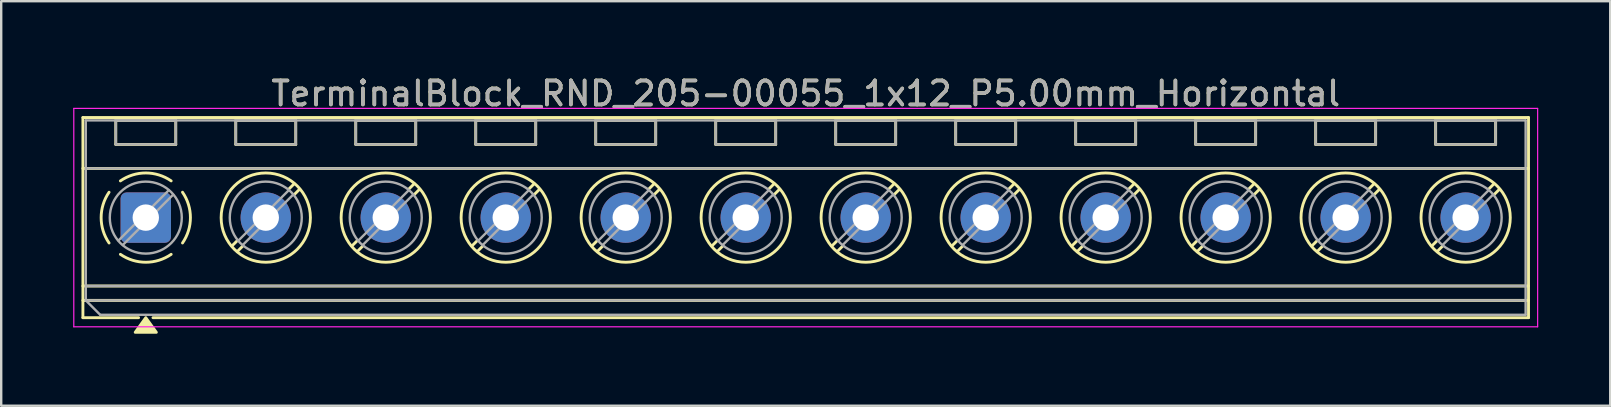
<source format=kicad_pcb>
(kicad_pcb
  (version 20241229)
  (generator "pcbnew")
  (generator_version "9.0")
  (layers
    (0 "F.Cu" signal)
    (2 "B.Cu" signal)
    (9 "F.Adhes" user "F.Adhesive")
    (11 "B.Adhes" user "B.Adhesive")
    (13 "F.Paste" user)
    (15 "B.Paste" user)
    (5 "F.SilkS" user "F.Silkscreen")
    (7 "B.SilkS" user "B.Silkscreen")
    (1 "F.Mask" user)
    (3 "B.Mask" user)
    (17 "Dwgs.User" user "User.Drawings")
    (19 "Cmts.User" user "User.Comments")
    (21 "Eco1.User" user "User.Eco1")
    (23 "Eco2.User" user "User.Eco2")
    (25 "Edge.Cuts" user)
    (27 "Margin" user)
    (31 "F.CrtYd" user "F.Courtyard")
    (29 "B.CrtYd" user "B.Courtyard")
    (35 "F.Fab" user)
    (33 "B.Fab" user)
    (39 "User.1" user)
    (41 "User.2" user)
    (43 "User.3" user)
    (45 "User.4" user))
  (footprint "TerminalBlock_RND_205-00055_1x12_P5.00mm_Horizontal"
    (layer "F.Cu")
    (at 3.025 6.018)
    (property "Reference" "TerminalBlock_RND_205-00055_1x12_P5.00mm_Horizontal" (at 27.5 -5.17 0) (layer "F.SilkS") (effects (font (size 1 1) (thickness 0.15))))
    (attr through_hole)
    (fp_line (start -2.62 -4.17) (end -2.62 4.17) (stroke (width 0.12) (type solid)) (layer "F.SilkS"))
    (fp_line (start -2.62 -4.17) (end 57.62 -4.17) (stroke (width 0.12) (type solid)) (layer "F.SilkS"))
    (fp_line (start -2.62 -2.05) (end 57.62 -2.05) (stroke (width 0.12) (type solid)) (layer "F.SilkS"))
    (fp_line (start -2.62 2.85) (end 57.62 2.85) (stroke (width 0.12) (type solid)) (layer "F.SilkS"))
    (fp_line (start -2.62 3.45) (end 57.62 3.45) (stroke (width 0.12) (type solid)) (layer "F.SilkS"))
    (fp_line (start -2.62 4.17) (end -0.3 4.17) (stroke (width 0.12) (type solid)) (layer "F.SilkS"))
    (fp_line (start -1.25 -4.05) (end -1.25 -3.05) (stroke (width 0.12) (type solid)) (layer "F.SilkS"))
    (fp_line (start -1.25 -4.05) (end 1.25 -4.05) (stroke (width 0.12) (type solid)) (layer "F.SilkS"))
    (fp_line (start -1.25 -3.05) (end 1.25 -3.05) (stroke (width 0.12) (type solid)) (layer "F.SilkS"))
    (fp_line (start 0.3 4.17) (end 57.62 4.17) (stroke (width 0.12) (type solid)) (layer "F.SilkS"))
    (fp_line (start 1.25 -4.05) (end 1.25 -3.05) (stroke (width 0.12) (type solid)) (layer "F.SilkS"))
    (fp_line (start 3.75 -4.05) (end 3.75 -3.05) (stroke (width 0.12) (type solid)) (layer "F.SilkS"))
    (fp_line (start 3.75 -4.05) (end 6.25 -4.05) (stroke (width 0.12) (type solid)) (layer "F.SilkS"))
    (fp_line (start 3.75 -3.05) (end 6.25 -3.05) (stroke (width 0.12) (type solid)) (layer "F.SilkS"))
    (fp_line (start 3.81 0.962) (end 3.589 1.183) (stroke (width 0.12) (type solid)) (layer "F.SilkS"))
    (fp_line (start 4.037 1.189) (end 3.816 1.41) (stroke (width 0.12) (type solid)) (layer "F.SilkS"))
    (fp_line (start 6.184 -1.411) (end 5.962 -1.189) (stroke (width 0.12) (type solid)) (layer "F.SilkS"))
    (fp_line (start 6.25 -4.05) (end 6.25 -3.05) (stroke (width 0.12) (type solid)) (layer "F.SilkS"))
    (fp_line (start 6.411 -1.184) (end 6.189 -0.962) (stroke (width 0.12) (type solid)) (layer "F.SilkS"))
    (fp_line (start 8.75 -4.05) (end 8.75 -3.05) (stroke (width 0.12) (type solid)) (layer "F.SilkS"))
    (fp_line (start 8.75 -4.05) (end 11.25 -4.05) (stroke (width 0.12) (type solid)) (layer "F.SilkS"))
    (fp_line (start 8.75 -3.05) (end 11.25 -3.05) (stroke (width 0.12) (type solid)) (layer "F.SilkS"))
    (fp_line (start 8.81 0.962) (end 8.589 1.183) (stroke (width 0.12) (type solid)) (layer "F.SilkS"))
    (fp_line (start 9.037 1.189) (end 8.816 1.41) (stroke (width 0.12) (type solid)) (layer "F.SilkS"))
    (fp_line (start 11.184 -1.411) (end 10.962 -1.189) (stroke (width 0.12) (type solid)) (layer "F.SilkS"))
    (fp_line (start 11.25 -4.05) (end 11.25 -3.05) (stroke (width 0.12) (type solid)) (layer "F.SilkS"))
    (fp_line (start 11.411 -1.184) (end 11.189 -0.962) (stroke (width 0.12) (type solid)) (layer "F.SilkS"))
    (fp_line (start 13.75 -4.05) (end 13.75 -3.05) (stroke (width 0.12) (type solid)) (layer "F.SilkS"))
    (fp_line (start 13.75 -4.05) (end 16.25 -4.05) (stroke (width 0.12) (type solid)) (layer "F.SilkS"))
    (fp_line (start 13.75 -3.05) (end 16.25 -3.05) (stroke (width 0.12) (type solid)) (layer "F.SilkS"))
    (fp_line (start 13.81 0.962) (end 13.589 1.183) (stroke (width 0.12) (type solid)) (layer "F.SilkS"))
    (fp_line (start 14.037 1.189) (end 13.816 1.41) (stroke (width 0.12) (type solid)) (layer "F.SilkS"))
    (fp_line (start 16.184 -1.411) (end 15.962 -1.189) (stroke (width 0.12) (type solid)) (layer "F.SilkS"))
    (fp_line (start 16.25 -4.05) (end 16.25 -3.05) (stroke (width 0.12) (type solid)) (layer "F.SilkS"))
    (fp_line (start 16.411 -1.184) (end 16.189 -0.962) (stroke (width 0.12) (type solid)) (layer "F.SilkS"))
    (fp_line (start 18.75 -4.05) (end 18.75 -3.05) (stroke (width 0.12) (type solid)) (layer "F.SilkS"))
    (fp_line (start 18.75 -4.05) (end 21.25 -4.05) (stroke (width 0.12) (type solid)) (layer "F.SilkS"))
    (fp_line (start 18.75 -3.05) (end 21.25 -3.05) (stroke (width 0.12) (type solid)) (layer "F.SilkS"))
    (fp_line (start 18.81 0.962) (end 18.589 1.183) (stroke (width 0.12) (type solid)) (layer "F.SilkS"))
    (fp_line (start 19.037 1.189) (end 18.816 1.41) (stroke (width 0.12) (type solid)) (layer "F.SilkS"))
    (fp_line (start 21.184 -1.411) (end 20.962 -1.189) (stroke (width 0.12) (type solid)) (layer "F.SilkS"))
    (fp_line (start 21.25 -4.05) (end 21.25 -3.05) (stroke (width 0.12) (type solid)) (layer "F.SilkS"))
    (fp_line (start 21.411 -1.184) (end 21.189 -0.962) (stroke (width 0.12) (type solid)) (layer "F.SilkS"))
    (fp_line (start 23.75 -4.05) (end 23.75 -3.05) (stroke (width 0.12) (type solid)) (layer "F.SilkS"))
    (fp_line (start 23.75 -4.05) (end 26.25 -4.05) (stroke (width 0.12) (type solid)) (layer "F.SilkS"))
    (fp_line (start 23.75 -3.05) (end 26.25 -3.05) (stroke (width 0.12) (type solid)) (layer "F.SilkS"))
    (fp_line (start 23.81 0.962) (end 23.589 1.183) (stroke (width 0.12) (type solid)) (layer "F.SilkS"))
    (fp_line (start 24.037 1.189) (end 23.816 1.41) (stroke (width 0.12) (type solid)) (layer "F.SilkS"))
    (fp_line (start 26.184 -1.411) (end 25.962 -1.189) (stroke (width 0.12) (type solid)) (layer "F.SilkS"))
    (fp_line (start 26.25 -4.05) (end 26.25 -3.05) (stroke (width 0.12) (type solid)) (layer "F.SilkS"))
    (fp_line (start 26.411 -1.184) (end 26.189 -0.962) (stroke (width 0.12) (type solid)) (layer "F.SilkS"))
    (fp_line (start 28.75 -4.05) (end 28.75 -3.05) (stroke (width 0.12) (type solid)) (layer "F.SilkS"))
    (fp_line (start 28.75 -4.05) (end 31.25 -4.05) (stroke (width 0.12) (type solid)) (layer "F.SilkS"))
    (fp_line (start 28.75 -3.05) (end 31.25 -3.05) (stroke (width 0.12) (type solid)) (layer "F.SilkS"))
    (fp_line (start 28.81 0.962) (end 28.589 1.183) (stroke (width 0.12) (type solid)) (layer "F.SilkS"))
    (fp_line (start 29.037 1.189) (end 28.816 1.41) (stroke (width 0.12) (type solid)) (layer "F.SilkS"))
    (fp_line (start 31.184 -1.411) (end 30.962 -1.189) (stroke (width 0.12) (type solid)) (layer "F.SilkS"))
    (fp_line (start 31.25 -4.05) (end 31.25 -3.05) (stroke (width 0.12) (type solid)) (layer "F.SilkS"))
    (fp_line (start 31.411 -1.184) (end 31.189 -0.962) (stroke (width 0.12) (type solid)) (layer "F.SilkS"))
    (fp_line (start 33.75 -4.05) (end 33.75 -3.05) (stroke (width 0.12) (type solid)) (layer "F.SilkS"))
    (fp_line (start 33.75 -4.05) (end 36.25 -4.05) (stroke (width 0.12) (type solid)) (layer "F.SilkS"))
    (fp_line (start 33.75 -3.05) (end 36.25 -3.05) (stroke (width 0.12) (type solid)) (layer "F.SilkS"))
    (fp_line (start 33.81 0.962) (end 33.589 1.183) (stroke (width 0.12) (type solid)) (layer "F.SilkS"))
    (fp_line (start 34.037 1.189) (end 33.816 1.41) (stroke (width 0.12) (type solid)) (layer "F.SilkS"))
    (fp_line (start 36.184 -1.411) (end 35.962 -1.189) (stroke (width 0.12) (type solid)) (layer "F.SilkS"))
    (fp_line (start 36.25 -4.05) (end 36.25 -3.05) (stroke (width 0.12) (type solid)) (layer "F.SilkS"))
    (fp_line (start 36.411 -1.184) (end 36.189 -0.962) (stroke (width 0.12) (type solid)) (layer "F.SilkS"))
    (fp_line (start 38.75 -4.05) (end 38.75 -3.05) (stroke (width 0.12) (type solid)) (layer "F.SilkS"))
    (fp_line (start 38.75 -4.05) (end 41.25 -4.05) (stroke (width 0.12) (type solid)) (layer "F.SilkS"))
    (fp_line (start 38.75 -3.05) (end 41.25 -3.05) (stroke (width 0.12) (type solid)) (layer "F.SilkS"))
    (fp_line (start 38.81 0.962) (end 38.589 1.183) (stroke (width 0.12) (type solid)) (layer "F.SilkS"))
    (fp_line (start 39.037 1.189) (end 38.816 1.41) (stroke (width 0.12) (type solid)) (layer "F.SilkS"))
    (fp_line (start 41.184 -1.411) (end 40.962 -1.189) (stroke (width 0.12) (type solid)) (layer "F.SilkS"))
    (fp_line (start 41.25 -4.05) (end 41.25 -3.05) (stroke (width 0.12) (type solid)) (layer "F.SilkS"))
    (fp_line (start 41.411 -1.184) (end 41.189 -0.962) (stroke (width 0.12) (type solid)) (layer "F.SilkS"))
    (fp_line (start 43.75 -4.05) (end 43.75 -3.05) (stroke (width 0.12) (type solid)) (layer "F.SilkS"))
    (fp_line (start 43.75 -4.05) (end 46.25 -4.05) (stroke (width 0.12) (type solid)) (layer "F.SilkS"))
    (fp_line (start 43.75 -3.05) (end 46.25 -3.05) (stroke (width 0.12) (type solid)) (layer "F.SilkS"))
    (fp_line (start 43.81 0.962) (end 43.589 1.183) (stroke (width 0.12) (type solid)) (layer "F.SilkS"))
    (fp_line (start 44.037 1.189) (end 43.816 1.41) (stroke (width 0.12) (type solid)) (layer "F.SilkS"))
    (fp_line (start 46.184 -1.411) (end 45.962 -1.189) (stroke (width 0.12) (type solid)) (layer "F.SilkS"))
    (fp_line (start 46.25 -4.05) (end 46.25 -3.05) (stroke (width 0.12) (type solid)) (layer "F.SilkS"))
    (fp_line (start 46.411 -1.184) (end 46.189 -0.962) (stroke (width 0.12) (type solid)) (layer "F.SilkS"))
    (fp_line (start 48.75 -4.05) (end 48.75 -3.05) (stroke (width 0.12) (type solid)) (layer "F.SilkS"))
    (fp_line (start 48.75 -4.05) (end 51.25 -4.05) (stroke (width 0.12) (type solid)) (layer "F.SilkS"))
    (fp_line (start 48.75 -3.05) (end 51.25 -3.05) (stroke (width 0.12) (type solid)) (layer "F.SilkS"))
    (fp_line (start 48.81 0.962) (end 48.589 1.183) (stroke (width 0.12) (type solid)) (layer "F.SilkS"))
    (fp_line (start 49.037 1.189) (end 48.816 1.41) (stroke (width 0.12) (type solid)) (layer "F.SilkS"))
    (fp_line (start 51.184 -1.411) (end 50.962 -1.189) (stroke (width 0.12) (type solid)) (layer "F.SilkS"))
    (fp_line (start 51.25 -4.05) (end 51.25 -3.05) (stroke (width 0.12) (type solid)) (layer "F.SilkS"))
    (fp_line (start 51.411 -1.184) (end 51.189 -0.962) (stroke (width 0.12) (type solid)) (layer "F.SilkS"))
    (fp_line (start 53.75 -4.05) (end 53.75 -3.05) (stroke (width 0.12) (type solid)) (layer "F.SilkS"))
    (fp_line (start 53.75 -4.05) (end 56.25 -4.05) (stroke (width 0.12) (type solid)) (layer "F.SilkS"))
    (fp_line (start 53.75 -3.05) (end 56.25 -3.05) (stroke (width 0.12) (type solid)) (layer "F.SilkS"))
    (fp_line (start 53.81 0.962) (end 53.589 1.183) (stroke (width 0.12) (type solid)) (layer "F.SilkS"))
    (fp_line (start 54.037 1.189) (end 53.816 1.41) (stroke (width 0.12) (type solid)) (layer "F.SilkS"))
    (fp_line (start 56.184 -1.411) (end 55.962 -1.189) (stroke (width 0.12) (type solid)) (layer "F.SilkS"))
    (fp_line (start 56.25 -4.05) (end 56.25 -3.05) (stroke (width 0.12) (type solid)) (layer "F.SilkS"))
    (fp_line (start 56.411 -1.184) (end 56.189 -0.962) (stroke (width 0.12) (type solid)) (layer "F.SilkS"))
    (fp_line (start 57.62 -4.17) (end 57.62 4.17) (stroke (width 0.12) (type solid)) (layer "F.SilkS"))
    (fp_arc (start -1.53 1.058) (mid -1.860178 0.000258) (end -1.530294 -1.057575) (stroke (width 0.12) (type solid)) (layer "F.SilkS"))
    (fp_arc (start -1.058 -1.53) (mid -0.000258 -1.860178) (end 1.057575 -1.530294) (stroke (width 0.12) (type solid)) (layer "F.SilkS"))
    (fp_arc (start 1.058 1.53) (mid 0.000258 1.860178) (end -1.057575 1.530294) (stroke (width 0.12) (type solid)) (layer "F.SilkS"))
    (fp_arc (start 1.53 -1.058) (mid 1.860178 -0.000258) (end 1.530294 1.057575) (stroke (width 0.12) (type solid)) (layer "F.SilkS"))
    (fp_circle (center 5 0) (end 6.86 0) (stroke (width 0.12) (type solid)) (fill no) (layer "F.SilkS"))
    (fp_circle (center 10 0) (end 11.86 0) (stroke (width 0.12) (type solid)) (fill no) (layer "F.SilkS"))
    (fp_circle (center 15 0) (end 16.86 0) (stroke (width 0.12) (type solid)) (fill no) (layer "F.SilkS"))
    (fp_circle (center 20 0) (end 21.86 0) (stroke (width 0.12) (type solid)) (fill no) (layer "F.SilkS"))
    (fp_circle (center 25 0) (end 26.86 0) (stroke (width 0.12) (type solid)) (fill no) (layer "F.SilkS"))
    (fp_circle (center 30 0) (end 31.86 0) (stroke (width 0.12) (type solid)) (fill no) (layer "F.SilkS"))
    (fp_circle (center 35 0) (end 36.86 0) (stroke (width 0.12) (type solid)) (fill no) (layer "F.SilkS"))
    (fp_circle (center 40 0) (end 41.86 0) (stroke (width 0.12) (type solid)) (fill no) (layer "F.SilkS"))
    (fp_circle (center 45 0) (end 46.86 0) (stroke (width 0.12) (type solid)) (fill no) (layer "F.SilkS"))
    (fp_circle (center 50 0) (end 51.86 0) (stroke (width 0.12) (type solid)) (fill no) (layer "F.SilkS"))
    (fp_circle (center 55 0) (end 56.86 0) (stroke (width 0.12) (type solid)) (fill no) (layer "F.SilkS"))
    (fp_poly (pts (xy 0 4.17) (xy 0.44 4.78) (xy -0.44 4.78) (xy 0 4.17)) (stroke (width 0.12) (type solid)) (fill yes) (layer "F.SilkS"))
    (fp_line (start -3 -4.55) (end -3 4.55) (stroke (width 0.05) (type solid)) (layer "F.CrtYd"))
    (fp_line (start -3 4.55) (end 58 4.55) (stroke (width 0.05) (type solid)) (layer "F.CrtYd"))
    (fp_line (start 58 -4.55) (end -3 -4.55) (stroke (width 0.05) (type solid)) (layer "F.CrtYd"))
    (fp_line (start 58 4.55) (end 58 -4.55) (stroke (width 0.05) (type solid)) (layer "F.CrtYd"))
    (fp_line (start -2.5 -4.05) (end 57.5 -4.05) (stroke (width 0.1) (type solid)) (layer "F.Fab"))
    (fp_line (start -2.5 -2.05) (end 57.5 -2.05) (stroke (width 0.1) (type solid)) (layer "F.Fab"))
    (fp_line (start -2.5 2.85) (end 57.5 2.85) (stroke (width 0.1) (type solid)) (layer "F.Fab"))
    (fp_line (start -2.5 3.45) (end -2.5 -4.05) (stroke (width 0.1) (type solid)) (layer "F.Fab"))
    (fp_line (start -2.5 3.45) (end 57.5 3.45) (stroke (width 0.1) (type solid)) (layer "F.Fab"))
    (fp_line (start -1.9 4.05) (end -2.5 3.45) (stroke (width 0.1) (type solid)) (layer "F.Fab"))
    (fp_line (start -1.25 -4.05) (end -1.25 -3.05) (stroke (width 0.1) (type solid)) (layer "F.Fab"))
    (fp_line (start -1.25 -3.05) (end 1.25 -3.05) (stroke (width 0.1) (type solid)) (layer "F.Fab"))
    (fp_line (start 0.955 -1.138) (end -1.138 0.954) (stroke (width 0.1) (type solid)) (layer "F.Fab"))
    (fp_line (start 1.138 -0.954) (end -0.955 1.137) (stroke (width 0.1) (type solid)) (layer "F.Fab"))
    (fp_line (start 1.25 -4.05) (end -1.25 -4.05) (stroke (width 0.1) (type solid)) (layer "F.Fab"))
    (fp_line (start 1.25 -3.05) (end 1.25 -4.05) (stroke (width 0.1) (type solid)) (layer "F.Fab"))
    (fp_line (start 3.75 -4.05) (end 3.75 -3.05) (stroke (width 0.1) (type solid)) (layer "F.Fab"))
    (fp_line (start 3.75 -3.05) (end 6.25 -3.05) (stroke (width 0.1) (type solid)) (layer "F.Fab"))
    (fp_line (start 5.955 -1.138) (end 3.862 0.954) (stroke (width 0.1) (type solid)) (layer "F.Fab"))
    (fp_line (start 6.138 -0.954) (end 4.045 1.137) (stroke (width 0.1) (type solid)) (layer "F.Fab"))
    (fp_line (start 6.25 -4.05) (end 3.75 -4.05) (stroke (width 0.1) (type solid)) (layer "F.Fab"))
    (fp_line (start 6.25 -3.05) (end 6.25 -4.05) (stroke (width 0.1) (type solid)) (layer "F.Fab"))
    (fp_line (start 8.75 -4.05) (end 8.75 -3.05) (stroke (width 0.1) (type solid)) (layer "F.Fab"))
    (fp_line (start 8.75 -3.05) (end 11.25 -3.05) (stroke (width 0.1) (type solid)) (layer "F.Fab"))
    (fp_line (start 10.955 -1.138) (end 8.862 0.954) (stroke (width 0.1) (type solid)) (layer "F.Fab"))
    (fp_line (start 11.138 -0.954) (end 9.045 1.137) (stroke (width 0.1) (type solid)) (layer "F.Fab"))
    (fp_line (start 11.25 -4.05) (end 8.75 -4.05) (stroke (width 0.1) (type solid)) (layer "F.Fab"))
    (fp_line (start 11.25 -3.05) (end 11.25 -4.05) (stroke (width 0.1) (type solid)) (layer "F.Fab"))
    (fp_line (start 13.75 -4.05) (end 13.75 -3.05) (stroke (width 0.1) (type solid)) (layer "F.Fab"))
    (fp_line (start 13.75 -3.05) (end 16.25 -3.05) (stroke (width 0.1) (type solid)) (layer "F.Fab"))
    (fp_line (start 15.955 -1.138) (end 13.862 0.954) (stroke (width 0.1) (type solid)) (layer "F.Fab"))
    (fp_line (start 16.138 -0.954) (end 14.045 1.137) (stroke (width 0.1) (type solid)) (layer "F.Fab"))
    (fp_line (start 16.25 -4.05) (end 13.75 -4.05) (stroke (width 0.1) (type solid)) (layer "F.Fab"))
    (fp_line (start 16.25 -3.05) (end 16.25 -4.05) (stroke (width 0.1) (type solid)) (layer "F.Fab"))
    (fp_line (start 18.75 -4.05) (end 18.75 -3.05) (stroke (width 0.1) (type solid)) (layer "F.Fab"))
    (fp_line (start 18.75 -3.05) (end 21.25 -3.05) (stroke (width 0.1) (type solid)) (layer "F.Fab"))
    (fp_line (start 20.955 -1.138) (end 18.862 0.954) (stroke (width 0.1) (type solid)) (layer "F.Fab"))
    (fp_line (start 21.138 -0.954) (end 19.045 1.137) (stroke (width 0.1) (type solid)) (layer "F.Fab"))
    (fp_line (start 21.25 -4.05) (end 18.75 -4.05) (stroke (width 0.1) (type solid)) (layer "F.Fab"))
    (fp_line (start 21.25 -3.05) (end 21.25 -4.05) (stroke (width 0.1) (type solid)) (layer "F.Fab"))
    (fp_line (start 23.75 -4.05) (end 23.75 -3.05) (stroke (width 0.1) (type solid)) (layer "F.Fab"))
    (fp_line (start 23.75 -3.05) (end 26.25 -3.05) (stroke (width 0.1) (type solid)) (layer "F.Fab"))
    (fp_line (start 25.955 -1.138) (end 23.862 0.954) (stroke (width 0.1) (type solid)) (layer "F.Fab"))
    (fp_line (start 26.138 -0.954) (end 24.045 1.137) (stroke (width 0.1) (type solid)) (layer "F.Fab"))
    (fp_line (start 26.25 -4.05) (end 23.75 -4.05) (stroke (width 0.1) (type solid)) (layer "F.Fab"))
    (fp_line (start 26.25 -3.05) (end 26.25 -4.05) (stroke (width 0.1) (type solid)) (layer "F.Fab"))
    (fp_line (start 28.75 -4.05) (end 28.75 -3.05) (stroke (width 0.1) (type solid)) (layer "F.Fab"))
    (fp_line (start 28.75 -3.05) (end 31.25 -3.05) (stroke (width 0.1) (type solid)) (layer "F.Fab"))
    (fp_line (start 30.955 -1.138) (end 28.862 0.954) (stroke (width 0.1) (type solid)) (layer "F.Fab"))
    (fp_line (start 31.138 -0.954) (end 29.045 1.137) (stroke (width 0.1) (type solid)) (layer "F.Fab"))
    (fp_line (start 31.25 -4.05) (end 28.75 -4.05) (stroke (width 0.1) (type solid)) (layer "F.Fab"))
    (fp_line (start 31.25 -3.05) (end 31.25 -4.05) (stroke (width 0.1) (type solid)) (layer "F.Fab"))
    (fp_line (start 33.75 -4.05) (end 33.75 -3.05) (stroke (width 0.1) (type solid)) (layer "F.Fab"))
    (fp_line (start 33.75 -3.05) (end 36.25 -3.05) (stroke (width 0.1) (type solid)) (layer "F.Fab"))
    (fp_line (start 35.955 -1.138) (end 33.862 0.954) (stroke (width 0.1) (type solid)) (layer "F.Fab"))
    (fp_line (start 36.138 -0.954) (end 34.045 1.137) (stroke (width 0.1) (type solid)) (layer "F.Fab"))
    (fp_line (start 36.25 -4.05) (end 33.75 -4.05) (stroke (width 0.1) (type solid)) (layer "F.Fab"))
    (fp_line (start 36.25 -3.05) (end 36.25 -4.05) (stroke (width 0.1) (type solid)) (layer "F.Fab"))
    (fp_line (start 38.75 -4.05) (end 38.75 -3.05) (stroke (width 0.1) (type solid)) (layer "F.Fab"))
    (fp_line (start 38.75 -3.05) (end 41.25 -3.05) (stroke (width 0.1) (type solid)) (layer "F.Fab"))
    (fp_line (start 40.955 -1.138) (end 38.862 0.954) (stroke (width 0.1) (type solid)) (layer "F.Fab"))
    (fp_line (start 41.138 -0.954) (end 39.045 1.137) (stroke (width 0.1) (type solid)) (layer "F.Fab"))
    (fp_line (start 41.25 -4.05) (end 38.75 -4.05) (stroke (width 0.1) (type solid)) (layer "F.Fab"))
    (fp_line (start 41.25 -3.05) (end 41.25 -4.05) (stroke (width 0.1) (type solid)) (layer "F.Fab"))
    (fp_line (start 43.75 -4.05) (end 43.75 -3.05) (stroke (width 0.1) (type solid)) (layer "F.Fab"))
    (fp_line (start 43.75 -3.05) (end 46.25 -3.05) (stroke (width 0.1) (type solid)) (layer "F.Fab"))
    (fp_line (start 45.955 -1.138) (end 43.862 0.954) (stroke (width 0.1) (type solid)) (layer "F.Fab"))
    (fp_line (start 46.138 -0.954) (end 44.045 1.137) (stroke (width 0.1) (type solid)) (layer "F.Fab"))
    (fp_line (start 46.25 -4.05) (end 43.75 -4.05) (stroke (width 0.1) (type solid)) (layer "F.Fab"))
    (fp_line (start 46.25 -3.05) (end 46.25 -4.05) (stroke (width 0.1) (type solid)) (layer "F.Fab"))
    (fp_line (start 48.75 -4.05) (end 48.75 -3.05) (stroke (width 0.1) (type solid)) (layer "F.Fab"))
    (fp_line (start 48.75 -3.05) (end 51.25 -3.05) (stroke (width 0.1) (type solid)) (layer "F.Fab"))
    (fp_line (start 50.955 -1.138) (end 48.862 0.954) (stroke (width 0.1) (type solid)) (layer "F.Fab"))
    (fp_line (start 51.138 -0.954) (end 49.045 1.137) (stroke (width 0.1) (type solid)) (layer "F.Fab"))
    (fp_line (start 51.25 -4.05) (end 48.75 -4.05) (stroke (width 0.1) (type solid)) (layer "F.Fab"))
    (fp_line (start 51.25 -3.05) (end 51.25 -4.05) (stroke (width 0.1) (type solid)) (layer "F.Fab"))
    (fp_line (start 53.75 -4.05) (end 53.75 -3.05) (stroke (width 0.1) (type solid)) (layer "F.Fab"))
    (fp_line (start 53.75 -3.05) (end 56.25 -3.05) (stroke (width 0.1) (type solid)) (layer "F.Fab"))
    (fp_line (start 55.955 -1.138) (end 53.862 0.954) (stroke (width 0.1) (type solid)) (layer "F.Fab"))
    (fp_line (start 56.138 -0.954) (end 54.045 1.137) (stroke (width 0.1) (type solid)) (layer "F.Fab"))
    (fp_line (start 56.25 -4.05) (end 53.75 -4.05) (stroke (width 0.1) (type solid)) (layer "F.Fab"))
    (fp_line (start 56.25 -3.05) (end 56.25 -4.05) (stroke (width 0.1) (type solid)) (layer "F.Fab"))
    (fp_line (start 57.5 -4.05) (end 57.5 4.05) (stroke (width 0.1) (type solid)) (layer "F.Fab"))
    (fp_line (start 57.5 4.05) (end -1.9 4.05) (stroke (width 0.1) (type solid)) (layer "F.Fab"))
    (fp_circle (center 0 0) (end 1.5 0) (stroke (width 0.1) (type solid)) (fill no) (layer "F.Fab"))
    (fp_circle (center 5 0) (end 6.5 0) (stroke (width 0.1) (type solid)) (fill no) (layer "F.Fab"))
    (fp_circle (center 10 0) (end 11.5 0) (stroke (width 0.1) (type solid)) (fill no) (layer "F.Fab"))
    (fp_circle (center 15 0) (end 16.5 0) (stroke (width 0.1) (type solid)) (fill no) (layer "F.Fab"))
    (fp_circle (center 20 0) (end 21.5 0) (stroke (width 0.1) (type solid)) (fill no) (layer "F.Fab"))
    (fp_circle (center 25 0) (end 26.5 0) (stroke (width 0.1) (type solid)) (fill no) (layer "F.Fab"))
    (fp_circle (center 30 0) (end 31.5 0) (stroke (width 0.1) (type solid)) (fill no) (layer "F.Fab"))
    (fp_circle (center 35 0) (end 36.5 0) (stroke (width 0.1) (type solid)) (fill no) (layer "F.Fab"))
    (fp_circle (center 40 0) (end 41.5 0) (stroke (width 0.1) (type solid)) (fill no) (layer "F.Fab"))
    (fp_circle (center 45 0) (end 46.5 0) (stroke (width 0.1) (type solid)) (fill no) (layer "F.Fab"))
    (fp_circle (center 50 0) (end 51.5 0) (stroke (width 0.1) (type solid)) (fill no) (layer "F.Fab"))
    (fp_circle (center 55 0) (end 56.5 0) (stroke (width 0.1) (type solid)) (fill no) (layer "F.Fab"))
    (fp_text user "${REFERENCE}" (at 27.5 -5.17 0) (layer "F.Fab") (effects (font (size 1 1) (thickness 0.15))))
    (pad "1" thru_hole roundrect (at 0 0) (size 2.1 2.1) (drill 1.1) (layers "*.Cu" "*.Mask") (roundrect_rratio 0.119))
    (pad "2" thru_hole circle (at 5 0) (size 2.1 2.1) (drill 1.1) (layers "*.Cu" "*.Mask"))
    (pad "3" thru_hole circle (at 10 0) (size 2.1 2.1) (drill 1.1) (layers "*.Cu" "*.Mask"))
    (pad "4" thru_hole circle (at 15 0) (size 2.1 2.1) (drill 1.1) (layers "*.Cu" "*.Mask"))
    (pad "5" thru_hole circle (at 20 0) (size 2.1 2.1) (drill 1.1) (layers "*.Cu" "*.Mask"))
    (pad "6" thru_hole circle (at 25 0) (size 2.1 2.1) (drill 1.1) (layers "*.Cu" "*.Mask"))
    (pad "7" thru_hole circle (at 30 0) (size 2.1 2.1) (drill 1.1) (layers "*.Cu" "*.Mask"))
    (pad "8" thru_hole circle (at 35 0) (size 2.1 2.1) (drill 1.1) (layers "*.Cu" "*.Mask"))
    (pad "9" thru_hole circle (at 40 0) (size 2.1 2.1) (drill 1.1) (layers "*.Cu" "*.Mask"))
    (pad "10" thru_hole circle (at 45 0) (size 2.1 2.1) (drill 1.1) (layers "*.Cu" "*.Mask"))
    (pad "11" thru_hole circle (at 50 0) (size 2.1 2.1) (drill 1.1) (layers "*.Cu" "*.Mask"))
    (pad "12" thru_hole circle (at 55 0) (size 2.1 2.1) (drill 1.1) (layers "*.Cu" "*.Mask")))
  (gr_rect
    (start -3 -3)
    (end 64.05 13.858)
    (stroke (width 0.1) (type default))
    (fill no)
    (layer "Edge.Cuts")))
</source>
